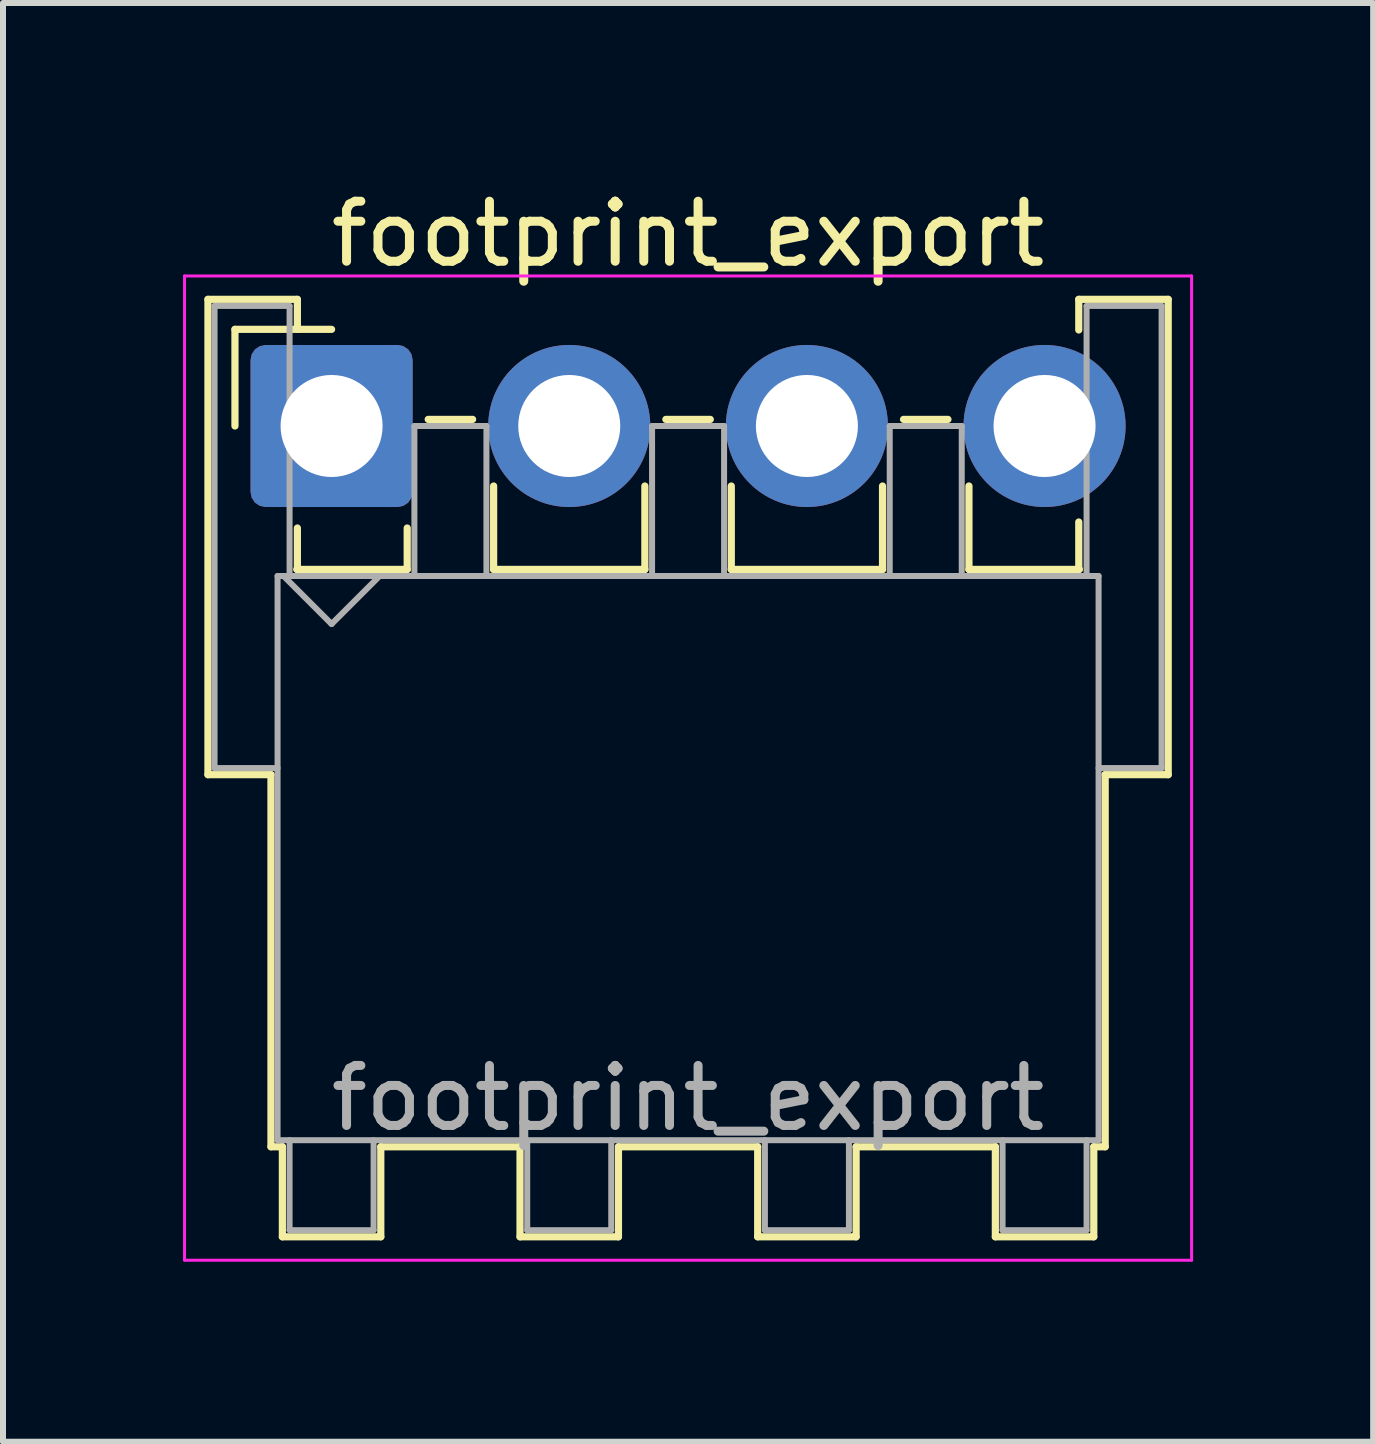
<source format=kicad_pcb>
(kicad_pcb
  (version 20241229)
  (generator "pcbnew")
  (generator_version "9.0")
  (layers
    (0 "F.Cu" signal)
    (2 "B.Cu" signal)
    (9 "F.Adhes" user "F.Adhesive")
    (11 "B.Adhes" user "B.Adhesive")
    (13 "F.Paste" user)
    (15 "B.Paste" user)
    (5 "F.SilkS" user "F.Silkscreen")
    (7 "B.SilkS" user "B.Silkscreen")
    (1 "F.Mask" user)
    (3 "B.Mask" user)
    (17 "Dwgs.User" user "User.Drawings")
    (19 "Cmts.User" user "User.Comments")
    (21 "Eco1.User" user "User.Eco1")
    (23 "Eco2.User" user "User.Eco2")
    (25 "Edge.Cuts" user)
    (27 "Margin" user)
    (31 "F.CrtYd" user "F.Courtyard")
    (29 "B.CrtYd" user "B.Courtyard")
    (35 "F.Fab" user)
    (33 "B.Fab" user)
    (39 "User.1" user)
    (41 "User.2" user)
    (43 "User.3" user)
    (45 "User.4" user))
  (footprint "footprint_export"
    (layer "F.Cu")
    (at 2.475 4.048)
    (property "Reference" "footprint_export" (at 5.94 -3.2 0) (layer "F.SilkS") (effects (font (size 1 1) (thickness 0.15))))
    (attr through_hole)
    (fp_line (start -2.06 -2.11) (end -0.57 -2.11) (stroke (width 0.12) (type solid)) (layer "F.SilkS"))
    (fp_line (start -2.06 5.81) (end -2.06 -2.11) (stroke (width 0.12) (type solid)) (layer "F.SilkS"))
    (fp_line (start -1.61 -1.61) (end -1.61 0) (stroke (width 0.12) (type solid)) (layer "F.SilkS"))
    (fp_line (start -1.01 5.81) (end -2.06 5.81) (stroke (width 0.12) (type solid)) (layer "F.SilkS"))
    (fp_line (start -1.01 5.81) (end -1.01 12.01) (stroke (width 0.12) (type solid)) (layer "F.SilkS"))
    (fp_line (start -1.01 12.01) (end -0.82 12.01) (stroke (width 0.12) (type solid)) (layer "F.SilkS"))
    (fp_line (start -0.82 12.01) (end -0.82 13.51) (stroke (width 0.12) (type solid)) (layer "F.SilkS"))
    (fp_line (start -0.82 13.51) (end 0.82 13.51) (stroke (width 0.12) (type solid)) (layer "F.SilkS"))
    (fp_line (start -0.58 2.39) (end 1.26 2.39) (stroke (width 0.12) (type solid)) (layer "F.SilkS"))
    (fp_line (start -0.57 -2.11) (end -0.57 -1.61) (stroke (width 0.12) (type solid)) (layer "F.SilkS"))
    (fp_line (start -0.57 1.7) (end -0.57 2.39) (stroke (width 0.12) (type solid)) (layer "F.SilkS"))
    (fp_line (start 0 -1.61) (end -1.61 -1.61) (stroke (width 0.12) (type solid)) (layer "F.SilkS"))
    (fp_line (start 0.82 12.01) (end 3.14 12.01) (stroke (width 0.12) (type solid)) (layer "F.SilkS"))
    (fp_line (start 0.82 13.51) (end 0.82 12.01) (stroke (width 0.12) (type solid)) (layer "F.SilkS"))
    (fp_line (start 1.26 2.39) (end 1.26 1.7) (stroke (width 0.12) (type solid)) (layer "F.SilkS"))
    (fp_line (start 1.61 -0.11) (end 2.35 -0.11) (stroke (width 0.12) (type solid)) (layer "F.SilkS"))
    (fp_line (start 2.7 1) (end 2.7 2.39) (stroke (width 0.12) (type solid)) (layer "F.SilkS"))
    (fp_line (start 2.7 2.39) (end 5.22 2.39) (stroke (width 0.12) (type solid)) (layer "F.SilkS"))
    (fp_line (start 3.14 12.01) (end 3.14 13.51) (stroke (width 0.12) (type solid)) (layer "F.SilkS"))
    (fp_line (start 3.14 13.51) (end 4.78 13.51) (stroke (width 0.12) (type solid)) (layer "F.SilkS"))
    (fp_line (start 4.78 12.01) (end 7.1 12.01) (stroke (width 0.12) (type solid)) (layer "F.SilkS"))
    (fp_line (start 4.78 13.51) (end 4.78 12.01) (stroke (width 0.12) (type solid)) (layer "F.SilkS"))
    (fp_line (start 5.22 2.39) (end 5.22 1) (stroke (width 0.12) (type solid)) (layer "F.SilkS"))
    (fp_line (start 5.57 -0.11) (end 6.31 -0.11) (stroke (width 0.12) (type solid)) (layer "F.SilkS"))
    (fp_line (start 6.66 1) (end 6.66 2.39) (stroke (width 0.12) (type solid)) (layer "F.SilkS"))
    (fp_line (start 6.66 2.39) (end 9.18 2.39) (stroke (width 0.12) (type solid)) (layer "F.SilkS"))
    (fp_line (start 7.1 12.01) (end 7.1 13.51) (stroke (width 0.12) (type solid)) (layer "F.SilkS"))
    (fp_line (start 7.1 13.51) (end 8.74 13.51) (stroke (width 0.12) (type solid)) (layer "F.SilkS"))
    (fp_line (start 8.74 12.01) (end 11.06 12.01) (stroke (width 0.12) (type solid)) (layer "F.SilkS"))
    (fp_line (start 8.74 13.51) (end 8.74 12.01) (stroke (width 0.12) (type solid)) (layer "F.SilkS"))
    (fp_line (start 9.18 2.39) (end 9.18 1) (stroke (width 0.12) (type solid)) (layer "F.SilkS"))
    (fp_line (start 9.53 -0.11) (end 10.27 -0.11) (stroke (width 0.12) (type solid)) (layer "F.SilkS"))
    (fp_line (start 10.62 1) (end 10.62 2.39) (stroke (width 0.12) (type solid)) (layer "F.SilkS"))
    (fp_line (start 10.62 2.39) (end 12.46 2.39) (stroke (width 0.12) (type solid)) (layer "F.SilkS"))
    (fp_line (start 11.06 12.01) (end 11.06 13.51) (stroke (width 0.12) (type solid)) (layer "F.SilkS"))
    (fp_line (start 11.06 13.51) (end 12.7 13.51) (stroke (width 0.12) (type solid)) (layer "F.SilkS"))
    (fp_line (start 12.45 -2.11) (end 13.94 -2.11) (stroke (width 0.12) (type solid)) (layer "F.SilkS"))
    (fp_line (start 12.45 -1.6) (end 12.45 -2.11) (stroke (width 0.12) (type solid)) (layer "F.SilkS"))
    (fp_line (start 12.45 2.39) (end 12.45 1.6) (stroke (width 0.12) (type solid)) (layer "F.SilkS"))
    (fp_line (start 12.7 12.01) (end 12.89 12.01) (stroke (width 0.12) (type solid)) (layer "F.SilkS"))
    (fp_line (start 12.7 13.51) (end 12.7 12.01) (stroke (width 0.12) (type solid)) (layer "F.SilkS"))
    (fp_line (start 12.89 12.01) (end 12.89 5.81) (stroke (width 0.12) (type solid)) (layer "F.SilkS"))
    (fp_line (start 13.94 -2.11) (end 13.94 5.81) (stroke (width 0.12) (type solid)) (layer "F.SilkS"))
    (fp_line (start 13.94 5.81) (end 12.89 5.81) (stroke (width 0.12) (type solid)) (layer "F.SilkS"))
    (fp_line (start -2.45 -2.5) (end -2.45 13.9) (stroke (width 0.05) (type solid)) (layer "F.CrtYd"))
    (fp_line (start -2.45 13.9) (end 14.33 13.9) (stroke (width 0.05) (type solid)) (layer "F.CrtYd"))
    (fp_line (start 14.33 -2.5) (end -2.45 -2.5) (stroke (width 0.05) (type solid)) (layer "F.CrtYd"))
    (fp_line (start 14.33 13.9) (end 14.33 -2.5) (stroke (width 0.05) (type solid)) (layer "F.CrtYd"))
    (fp_line (start -1.95 -2) (end -0.7 -2) (stroke (width 0.1) (type solid)) (layer "F.Fab"))
    (fp_line (start -1.95 5.7) (end -1.95 -2) (stroke (width 0.1) (type solid)) (layer "F.Fab"))
    (fp_line (start -0.9 2.5) (end -0.9 11.9) (stroke (width 0.1) (type solid)) (layer "F.Fab"))
    (fp_line (start -0.9 5.7) (end -1.95 5.7) (stroke (width 0.1) (type solid)) (layer "F.Fab"))
    (fp_line (start -0.9 11.9) (end 12.78 11.9) (stroke (width 0.1) (type solid)) (layer "F.Fab"))
    (fp_line (start -0.8 2.5) (end 0 3.3) (stroke (width 0.1) (type solid)) (layer "F.Fab"))
    (fp_line (start -0.7 -2) (end -0.7 2.5) (stroke (width 0.1) (type solid)) (layer "F.Fab"))
    (fp_line (start -0.7 11.9) (end -0.7 13.4) (stroke (width 0.1) (type solid)) (layer "F.Fab"))
    (fp_line (start -0.7 13.4) (end 0.7 13.4) (stroke (width 0.1) (type solid)) (layer "F.Fab"))
    (fp_line (start 0 3.3) (end 0.8 2.5) (stroke (width 0.1) (type solid)) (layer "F.Fab"))
    (fp_line (start 0.7 13.4) (end 0.7 11.9) (stroke (width 0.1) (type solid)) (layer "F.Fab"))
    (fp_line (start 1.38 0) (end 2.58 0) (stroke (width 0.1) (type solid)) (layer "F.Fab"))
    (fp_line (start 1.38 2.5) (end 1.38 0) (stroke (width 0.1) (type solid)) (layer "F.Fab"))
    (fp_line (start 2.58 0) (end 2.58 2.5) (stroke (width 0.1) (type solid)) (layer "F.Fab"))
    (fp_line (start 3.26 11.9) (end 3.26 13.4) (stroke (width 0.1) (type solid)) (layer "F.Fab"))
    (fp_line (start 3.26 13.4) (end 4.66 13.4) (stroke (width 0.1) (type solid)) (layer "F.Fab"))
    (fp_line (start 4.66 13.4) (end 4.66 11.9) (stroke (width 0.1) (type solid)) (layer "F.Fab"))
    (fp_line (start 5.34 0) (end 6.54 0) (stroke (width 0.1) (type solid)) (layer "F.Fab"))
    (fp_line (start 5.34 2.5) (end 5.34 0) (stroke (width 0.1) (type solid)) (layer "F.Fab"))
    (fp_line (start 6.54 0) (end 6.54 2.5) (stroke (width 0.1) (type solid)) (layer "F.Fab"))
    (fp_line (start 7.22 11.9) (end 7.22 13.4) (stroke (width 0.1) (type solid)) (layer "F.Fab"))
    (fp_line (start 7.22 13.4) (end 8.62 13.4) (stroke (width 0.1) (type solid)) (layer "F.Fab"))
    (fp_line (start 8.62 13.4) (end 8.62 11.9) (stroke (width 0.1) (type solid)) (layer "F.Fab"))
    (fp_line (start 9.3 0) (end 10.5 0) (stroke (width 0.1) (type solid)) (layer "F.Fab"))
    (fp_line (start 9.3 2.5) (end 9.3 0) (stroke (width 0.1) (type solid)) (layer "F.Fab"))
    (fp_line (start 10.5 0) (end 10.5 2.5) (stroke (width 0.1) (type solid)) (layer "F.Fab"))
    (fp_line (start 11.18 11.9) (end 11.18 13.4) (stroke (width 0.1) (type solid)) (layer "F.Fab"))
    (fp_line (start 11.18 13.4) (end 12.58 13.4) (stroke (width 0.1) (type solid)) (layer "F.Fab"))
    (fp_line (start 12.58 -2) (end 13.83 -2) (stroke (width 0.1) (type solid)) (layer "F.Fab"))
    (fp_line (start 12.58 2.5) (end 12.58 -2) (stroke (width 0.1) (type solid)) (layer "F.Fab"))
    (fp_line (start 12.58 13.4) (end 12.58 11.9) (stroke (width 0.1) (type solid)) (layer "F.Fab"))
    (fp_line (start 12.78 2.5) (end -0.9 2.5) (stroke (width 0.1) (type solid)) (layer "F.Fab"))
    (fp_line (start 12.78 11.9) (end 12.78 2.5) (stroke (width 0.1) (type solid)) (layer "F.Fab"))
    (fp_line (start 13.83 -2) (end 13.83 5.7) (stroke (width 0.1) (type solid)) (layer "F.Fab"))
    (fp_line (start 13.83 5.7) (end 12.78 5.7) (stroke (width 0.1) (type solid)) (layer "F.Fab"))
    (fp_text user "${REFERENCE}" (at 5.94 11.2 0) (layer "F.Fab") (effects (font (size 1 1) (thickness 0.15))))
    (pad "1" thru_hole roundrect (at 0 0) (size 2.7 2.7) (drill 1.7) (layers "*.Cu" "*.Mask") (roundrect_rratio 0.093))
    (pad "2" thru_hole circle (at 3.96 0) (size 2.7 2.7) (drill 1.7) (layers "*.Cu" "*.Mask"))
    (pad "3" thru_hole circle (at 7.92 0) (size 2.7 2.7) (drill 1.7) (layers "*.Cu" "*.Mask"))
    (pad "4" thru_hole circle (at 11.88 0) (size 2.7 2.7) (drill 1.7) (layers "*.Cu" "*.Mask")))
  (gr_rect
    (start -3 -3)
    (end 19.83 20.973)
    (stroke (width 0.1) (type default))
    (fill no)
    (layer "Edge.Cuts")))
</source>
